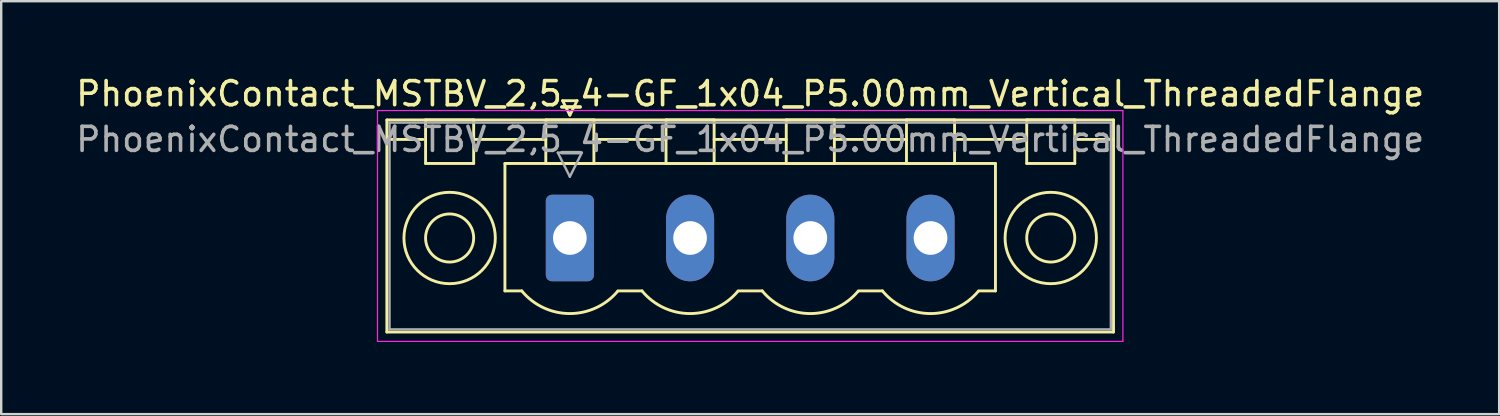
<source format=kicad_pcb>
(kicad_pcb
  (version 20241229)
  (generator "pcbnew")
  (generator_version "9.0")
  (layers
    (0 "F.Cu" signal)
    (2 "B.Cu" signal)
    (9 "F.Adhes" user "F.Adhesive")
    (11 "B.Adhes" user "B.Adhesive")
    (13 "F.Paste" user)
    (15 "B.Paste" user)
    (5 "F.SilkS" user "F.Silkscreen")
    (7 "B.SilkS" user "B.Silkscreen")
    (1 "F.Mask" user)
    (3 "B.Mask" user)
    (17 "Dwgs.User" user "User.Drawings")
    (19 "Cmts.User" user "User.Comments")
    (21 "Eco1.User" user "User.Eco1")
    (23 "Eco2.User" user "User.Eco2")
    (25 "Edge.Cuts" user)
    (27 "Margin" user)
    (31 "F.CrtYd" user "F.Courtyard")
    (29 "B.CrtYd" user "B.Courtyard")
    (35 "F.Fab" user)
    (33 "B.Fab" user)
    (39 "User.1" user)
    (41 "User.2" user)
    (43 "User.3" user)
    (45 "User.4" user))
  (footprint "PhoenixContact_MSTBV_2,5_4-GF_1x04_P5.00mm_Vertical_ThreadedFlange"
    (layer "F.Cu")
    (at 20.649 6.848)
    (property "Reference" "PhoenixContact_MSTBV_2,5_4-GF_1x04_P5.00mm_Vertical_ThreadedFlange" (at 7.5 -6 0) (layer "F.SilkS") (effects (font (size 1 1) (thickness 0.15))))
    (attr through_hole)
    (fp_line (start -7.61 -4.91) (end -7.61 3.91) (stroke (width 0.12) (type solid)) (layer "F.SilkS"))
    (fp_line (start -7.61 -4.1) (end -6.11 -4.1) (stroke (width 0.12) (type solid)) (layer "F.SilkS"))
    (fp_line (start -7.61 3.91) (end 22.61 3.91) (stroke (width 0.12) (type solid)) (layer "F.SilkS"))
    (fp_line (start -6 -4.91) (end -4 -4.91) (stroke (width 0.12) (type solid)) (layer "F.SilkS"))
    (fp_line (start -6 -3.1) (end -6 -4.91) (stroke (width 0.12) (type solid)) (layer "F.SilkS"))
    (fp_line (start -4 -4.91) (end -4 -3.1) (stroke (width 0.12) (type solid)) (layer "F.SilkS"))
    (fp_line (start -4 -4.1) (end -1 -4.1) (stroke (width 0.12) (type solid)) (layer "F.SilkS"))
    (fp_line (start -4 -3.1) (end -6 -3.1) (stroke (width 0.12) (type solid)) (layer "F.SilkS"))
    (fp_line (start -2.7 -3.1) (end 17.7 -3.1) (stroke (width 0.12) (type solid)) (layer "F.SilkS"))
    (fp_line (start -2.7 2.2) (end -2.7 -3.1) (stroke (width 0.12) (type solid)) (layer "F.SilkS"))
    (fp_line (start -2 2.2) (end -2.7 2.2) (stroke (width 0.12) (type solid)) (layer "F.SilkS"))
    (fp_line (start -1 -4.91) (end 1 -4.91) (stroke (width 0.12) (type solid)) (layer "F.SilkS"))
    (fp_line (start -1 -3.1) (end -1 -4.91) (stroke (width 0.12) (type solid)) (layer "F.SilkS"))
    (fp_line (start -0.3 -5.71) (end 0.3 -5.71) (stroke (width 0.12) (type solid)) (layer "F.SilkS"))
    (fp_line (start 0 -5.11) (end -0.3 -5.71) (stroke (width 0.12) (type solid)) (layer "F.SilkS"))
    (fp_line (start 0.3 -5.71) (end 0 -5.11) (stroke (width 0.12) (type solid)) (layer "F.SilkS"))
    (fp_line (start 1 -4.91) (end 1 -3.1) (stroke (width 0.12) (type solid)) (layer "F.SilkS"))
    (fp_line (start 1 -4.1) (end 4 -4.1) (stroke (width 0.12) (type solid)) (layer "F.SilkS"))
    (fp_line (start 1 -3.1) (end -1 -3.1) (stroke (width 0.12) (type solid)) (layer "F.SilkS"))
    (fp_line (start 2 2.2) (end 3 2.2) (stroke (width 0.12) (type solid)) (layer "F.SilkS"))
    (fp_line (start 4 -4.91) (end 6 -4.91) (stroke (width 0.12) (type solid)) (layer "F.SilkS"))
    (fp_line (start 4 -3.1) (end 4 -4.91) (stroke (width 0.12) (type solid)) (layer "F.SilkS"))
    (fp_line (start 6 -4.91) (end 6 -3.1) (stroke (width 0.12) (type solid)) (layer "F.SilkS"))
    (fp_line (start 6 -4.1) (end 9 -4.1) (stroke (width 0.12) (type solid)) (layer "F.SilkS"))
    (fp_line (start 6 -3.1) (end 4 -3.1) (stroke (width 0.12) (type solid)) (layer "F.SilkS"))
    (fp_line (start 7 2.2) (end 8 2.2) (stroke (width 0.12) (type solid)) (layer "F.SilkS"))
    (fp_line (start 9 -4.91) (end 11 -4.91) (stroke (width 0.12) (type solid)) (layer "F.SilkS"))
    (fp_line (start 9 -3.1) (end 9 -4.91) (stroke (width 0.12) (type solid)) (layer "F.SilkS"))
    (fp_line (start 11 -4.91) (end 11 -3.1) (stroke (width 0.12) (type solid)) (layer "F.SilkS"))
    (fp_line (start 11 -4.1) (end 14 -4.1) (stroke (width 0.12) (type solid)) (layer "F.SilkS"))
    (fp_line (start 11 -3.1) (end 9 -3.1) (stroke (width 0.12) (type solid)) (layer "F.SilkS"))
    (fp_line (start 12 2.2) (end 13 2.2) (stroke (width 0.12) (type solid)) (layer "F.SilkS"))
    (fp_line (start 14 -4.91) (end 16 -4.91) (stroke (width 0.12) (type solid)) (layer "F.SilkS"))
    (fp_line (start 14 -3.1) (end 14 -4.91) (stroke (width 0.12) (type solid)) (layer "F.SilkS"))
    (fp_line (start 16 -4.91) (end 16 -3.1) (stroke (width 0.12) (type solid)) (layer "F.SilkS"))
    (fp_line (start 16 -4.1) (end 19 -4.1) (stroke (width 0.12) (type solid)) (layer "F.SilkS"))
    (fp_line (start 16 -3.1) (end 14 -3.1) (stroke (width 0.12) (type solid)) (layer "F.SilkS"))
    (fp_line (start 17.7 -3.1) (end 17.7 2.2) (stroke (width 0.12) (type solid)) (layer "F.SilkS"))
    (fp_line (start 17.7 2.2) (end 17 2.2) (stroke (width 0.12) (type solid)) (layer "F.SilkS"))
    (fp_line (start 19 -4.91) (end 21 -4.91) (stroke (width 0.12) (type solid)) (layer "F.SilkS"))
    (fp_line (start 19 -3.1) (end 19 -4.91) (stroke (width 0.12) (type solid)) (layer "F.SilkS"))
    (fp_line (start 21 -4.91) (end 21 -3.1) (stroke (width 0.12) (type solid)) (layer "F.SilkS"))
    (fp_line (start 21 -3.1) (end 19 -3.1) (stroke (width 0.12) (type solid)) (layer "F.SilkS"))
    (fp_line (start 22.61 -4.91) (end -7.61 -4.91) (stroke (width 0.12) (type solid)) (layer "F.SilkS"))
    (fp_line (start 22.61 -4.1) (end 21.11 -4.1) (stroke (width 0.12) (type solid)) (layer "F.SilkS"))
    (fp_line (start 22.61 3.91) (end 22.61 -4.91) (stroke (width 0.12) (type solid)) (layer "F.SilkS"))
    (fp_arc (start 1.986842 2.215821) (mid -0.010289 3.142758) (end -2 2.2) (stroke (width 0.12) (type solid)) (layer "F.SilkS"))
    (fp_arc (start 6.986842 2.215821) (mid 4.989711 3.142758) (end 3 2.2) (stroke (width 0.12) (type solid)) (layer "F.SilkS"))
    (fp_arc (start 11.986842 2.215821) (mid 9.989711 3.142758) (end 8 2.2) (stroke (width 0.12) (type solid)) (layer "F.SilkS"))
    (fp_arc (start 16.986842 2.215821) (mid 14.989711 3.142758) (end 13 2.2) (stroke (width 0.12) (type solid)) (layer "F.SilkS"))
    (fp_circle (center -5 0) (end -4 0) (stroke (width 0.12) (type solid)) (fill no) (layer "F.SilkS"))
    (fp_circle (center -5 0) (end -3.1 0) (stroke (width 0.12) (type solid)) (fill no) (layer "F.SilkS"))
    (fp_circle (center 20 0) (end 21 0) (stroke (width 0.12) (type solid)) (fill no) (layer "F.SilkS"))
    (fp_circle (center 20 0) (end 21.9 0) (stroke (width 0.12) (type solid)) (fill no) (layer "F.SilkS"))
    (fp_line (start -8 -5.3) (end -8 4.3) (stroke (width 0.05) (type solid)) (layer "F.CrtYd"))
    (fp_line (start -8 4.3) (end 23 4.3) (stroke (width 0.05) (type solid)) (layer "F.CrtYd"))
    (fp_line (start 23 -5.3) (end -8 -5.3) (stroke (width 0.05) (type solid)) (layer "F.CrtYd"))
    (fp_line (start 23 4.3) (end 23 -5.3) (stroke (width 0.05) (type solid)) (layer "F.CrtYd"))
    (fp_line (start -7.5 -4.8) (end -7.5 3.8) (stroke (width 0.1) (type solid)) (layer "F.Fab"))
    (fp_line (start -7.5 3.8) (end 22.5 3.8) (stroke (width 0.1) (type solid)) (layer "F.Fab"))
    (fp_line (start -0.5 -3.55) (end 0.5 -3.55) (stroke (width 0.1) (type solid)) (layer "F.Fab"))
    (fp_line (start 0 -2.55) (end -0.5 -3.55) (stroke (width 0.1) (type solid)) (layer "F.Fab"))
    (fp_line (start 0.5 -3.55) (end 0 -2.55) (stroke (width 0.1) (type solid)) (layer "F.Fab"))
    (fp_line (start 22.5 -4.8) (end -7.5 -4.8) (stroke (width 0.1) (type solid)) (layer "F.Fab"))
    (fp_line (start 22.5 3.8) (end 22.5 -4.8) (stroke (width 0.1) (type solid)) (layer "F.Fab"))
    (fp_text user "${REFERENCE}" (at 7.5 -4.1 0) (layer "F.Fab") (effects (font (size 1 1) (thickness 0.15))))
    (pad "1" thru_hole roundrect (at 0 0) (size 2 3.6) (drill 1.4) (layers "*.Cu" "*.Mask") (roundrect_rratio 0.125))
    (pad "2" thru_hole oval (at 5 0) (size 2 3.6) (drill 1.4) (layers "*.Cu" "*.Mask"))
    (pad "3" thru_hole oval (at 10 0) (size 2 3.6) (drill 1.4) (layers "*.Cu" "*.Mask"))
    (pad "4" thru_hole oval (at 15 0) (size 2 3.6) (drill 1.4) (layers "*.Cu" "*.Mask")))
  (gr_rect
    (start -3 -3)
    (end 59.298 14.173)
    (stroke (width 0.1) (type default))
    (fill no)
    (layer "Edge.Cuts")))
</source>
